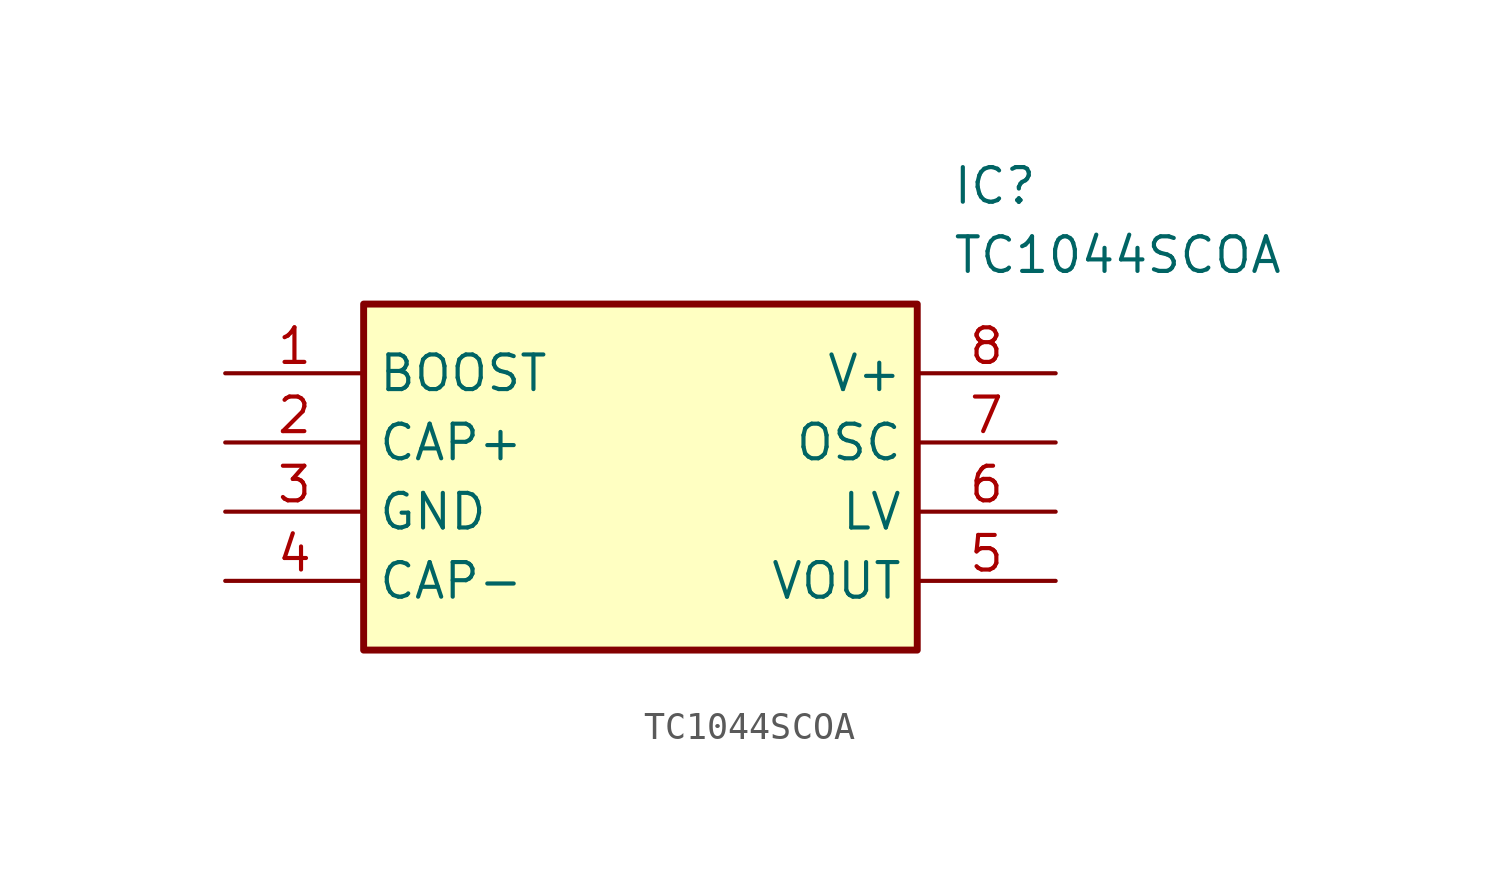
<source format=kicad_sym>
(kicad_symbol_lib
  (version 20211014)
  (generator SamacSys_ECAD_Model)
  (symbol "TC1044SCOA"
    (property "Reference" "IC"
      (at 26.67 7.62 0)
      (effects (font (size 1.27 1.27)) (justify left top)))
    (property "Value" "TC1044SCOA"
      (at 26.67 5.08 0)
      (effects (font (size 1.27 1.27)) (justify left top)))
    (rectangle
      (start 5.08 2.54)
      (end 25.4 -10.16)
      (stroke (width 0.254) (type default))
      (fill (type background)))
    (pin passive line
      (at 0 0 0)
      (length 5.08)
      (name "BOOST" (effects (font (size 1.27 1.27))))
      (number "1" (effects (font (size 1.27 1.27)))))
    (pin passive line
      (at 0 -2.54 0)
      (length 5.08)
      (name "CAP+" (effects (font (size 1.27 1.27))))
      (number "2" (effects (font (size 1.27 1.27)))))
    (pin power_in line
      (at 0 -5.08 0)
      (length 5.08)
      (name "GND" (effects (font (size 1.27 1.27))))
      (number "3" (effects (font (size 1.27 1.27)))))
    (pin passive line
      (at 0 -7.62 0)
      (length 5.08)
      (name "CAP-" (effects (font (size 1.27 1.27))))
      (number "4" (effects (font (size 1.27 1.27)))))
    (pin passive line
      (at 30.48 0 180)
      (length 5.08)
      (name "V+" (effects (font (size 1.27 1.27))))
      (number "8" (effects (font (size 1.27 1.27)))))
    (pin passive line
      (at 30.48 -2.54 180)
      (length 5.08)
      (name "OSC" (effects (font (size 1.27 1.27))))
      (number "7" (effects (font (size 1.27 1.27)))))
    (pin passive line
      (at 30.48 -5.08 180)
      (length 5.08)
      (name "LV" (effects (font (size 1.27 1.27))))
      (number "6" (effects (font (size 1.27 1.27)))))
    (pin output line
      (at 30.48 -7.62 180)
      (length 5.08)
      (name "VOUT" (effects (font (size 1.27 1.27))))
      (number "5" (effects (font (size 1.27 1.27)))))))
</source>
